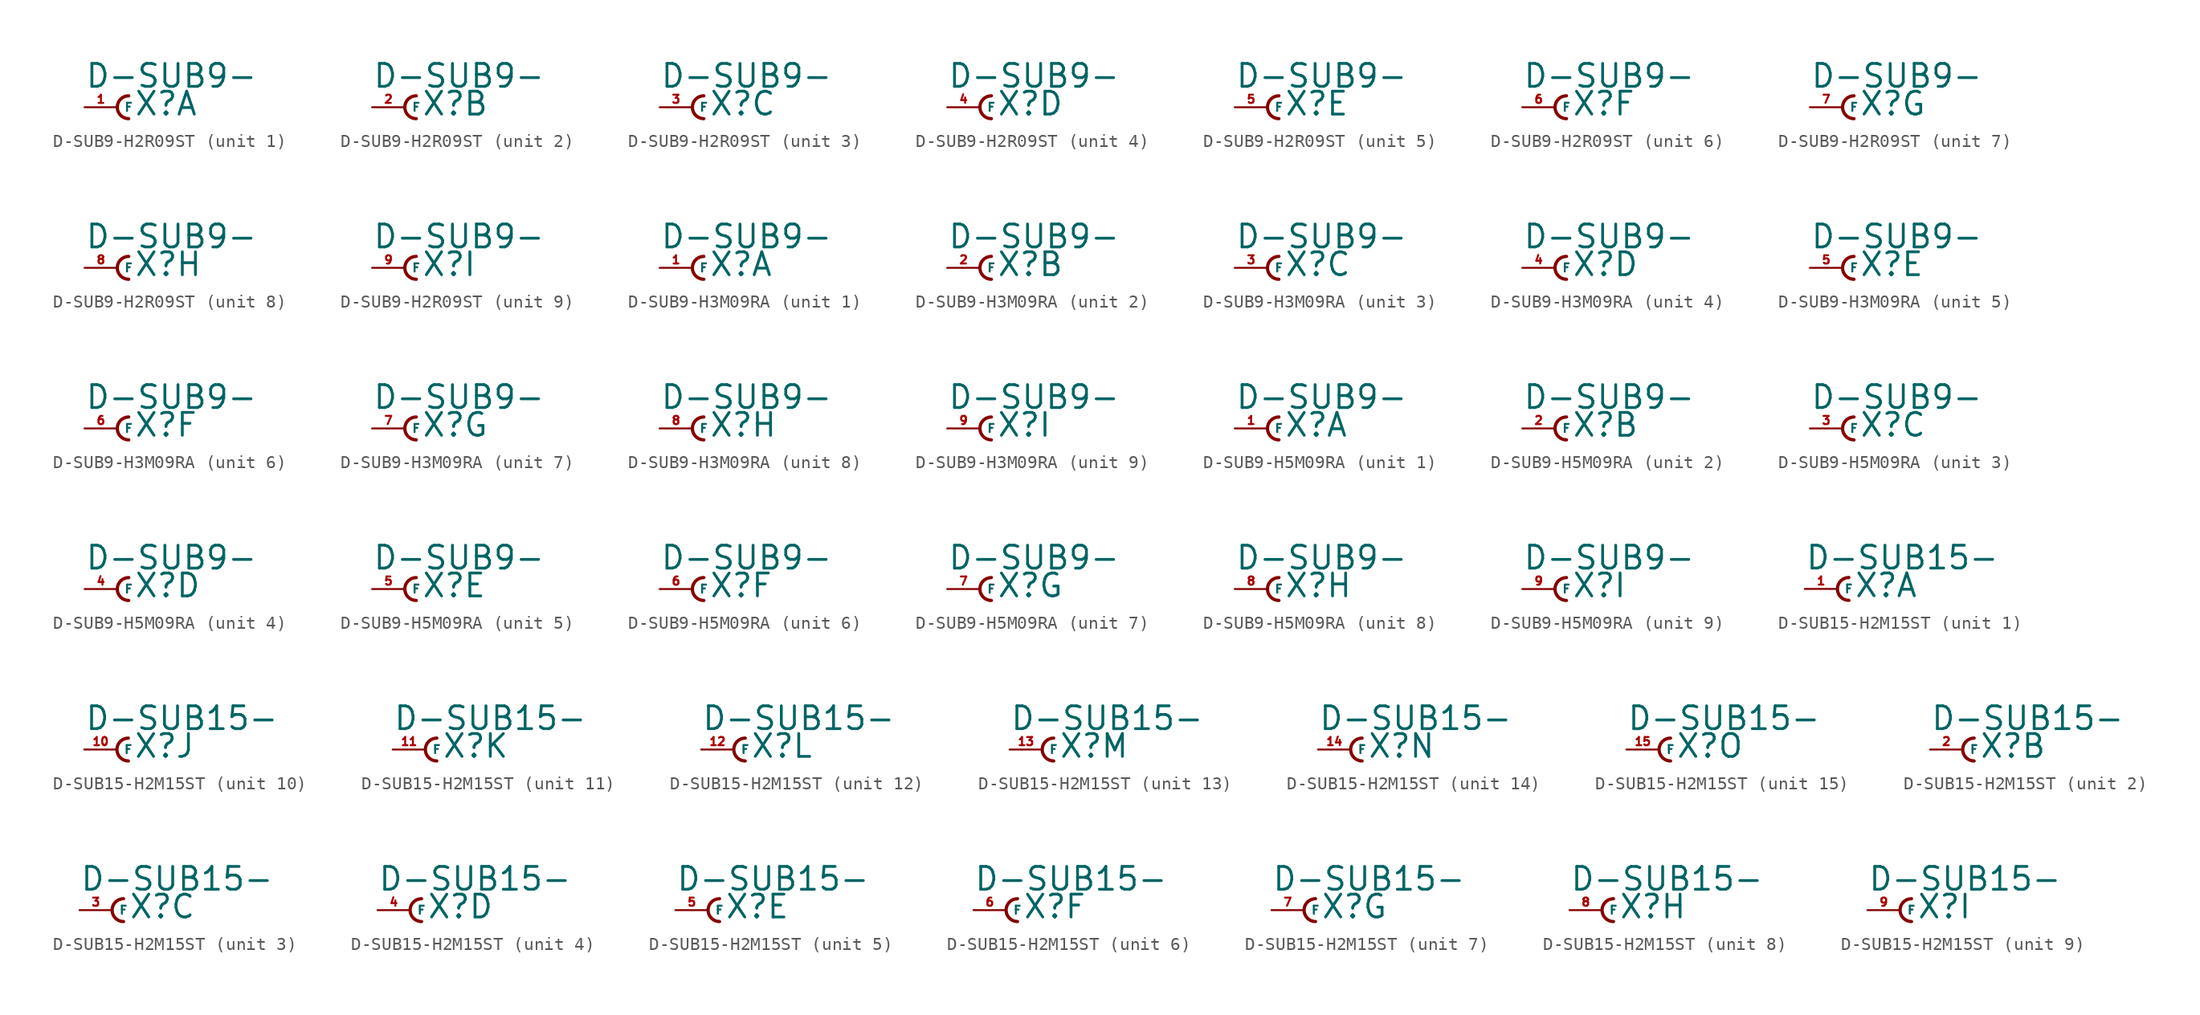
<source format=kicad_sym>
(kicad_symbol_lib
  (version 20220914)
  (generator Eagle2Kicad)
  (symbol "D-SUB9-H2R09ST"
    (property "Reference" "X"
      (at 1.27 -0.762 0)
      (effects (font (size 1.778 1.778) (thickness 0.22)) (justify left bottom)))
    (property "Value" "D-SUB9-"
      (at -2.54 1.397 0)
      (effects (font (size 1.778 1.778) (thickness 0.22)) (justify left bottom)))
    (symbol "D-SUB9-H2R09ST_1_0"
      (arc (start 0.889 0.889) (mid 0.000 0.000) (end 0.889 -0.889) (stroke (width 0.254) (type default)) (fill (type none)))
      (pin passive line (at -2.54 0 0) (length 2.54) (name "F" (effects (font (size 0.635 0.635) (thickness 0.08)) (justify left bottom))) (number "1" (effects (font (size 0.635 0.635) (thickness 0.08)) (justify left bottom)))))
    (symbol "D-SUB9-H2R09ST_2_0"
      (arc (start 0.889 0.889) (mid 0.000 0.000) (end 0.889 -0.889) (stroke (width 0.254) (type default)) (fill (type none)))
      (pin passive line (at -2.54 0 0) (length 2.54) (name "F" (effects (font (size 0.635 0.635) (thickness 0.08)) (justify left bottom))) (number "2" (effects (font (size 0.635 0.635) (thickness 0.08)) (justify left bottom)))))
    (symbol "D-SUB9-H2R09ST_3_0"
      (arc (start 0.889 0.889) (mid 0.000 0.000) (end 0.889 -0.889) (stroke (width 0.254) (type default)) (fill (type none)))
      (pin passive line (at -2.54 0 0) (length 2.54) (name "F" (effects (font (size 0.635 0.635) (thickness 0.08)) (justify left bottom))) (number "3" (effects (font (size 0.635 0.635) (thickness 0.08)) (justify left bottom)))))
    (symbol "D-SUB9-H2R09ST_4_0"
      (arc (start 0.889 0.889) (mid 0.000 0.000) (end 0.889 -0.889) (stroke (width 0.254) (type default)) (fill (type none)))
      (pin passive line (at -2.54 0 0) (length 2.54) (name "F" (effects (font (size 0.635 0.635) (thickness 0.08)) (justify left bottom))) (number "4" (effects (font (size 0.635 0.635) (thickness 0.08)) (justify left bottom)))))
    (symbol "D-SUB9-H2R09ST_5_0"
      (arc (start 0.889 0.889) (mid 0.000 0.000) (end 0.889 -0.889) (stroke (width 0.254) (type default)) (fill (type none)))
      (pin passive line (at -2.54 0 0) (length 2.54) (name "F" (effects (font (size 0.635 0.635) (thickness 0.08)) (justify left bottom))) (number "5" (effects (font (size 0.635 0.635) (thickness 0.08)) (justify left bottom)))))
    (symbol "D-SUB9-H2R09ST_6_0"
      (arc (start 0.889 0.889) (mid 0.000 0.000) (end 0.889 -0.889) (stroke (width 0.254) (type default)) (fill (type none)))
      (pin passive line (at -2.54 0 0) (length 2.54) (name "F" (effects (font (size 0.635 0.635) (thickness 0.08)) (justify left bottom))) (number "6" (effects (font (size 0.635 0.635) (thickness 0.08)) (justify left bottom)))))
    (symbol "D-SUB9-H2R09ST_7_0"
      (arc (start 0.889 0.889) (mid 0.000 0.000) (end 0.889 -0.889) (stroke (width 0.254) (type default)) (fill (type none)))
      (pin passive line (at -2.54 0 0) (length 2.54) (name "F" (effects (font (size 0.635 0.635) (thickness 0.08)) (justify left bottom))) (number "7" (effects (font (size 0.635 0.635) (thickness 0.08)) (justify left bottom)))))
    (symbol "D-SUB9-H2R09ST_8_0"
      (arc (start 0.889 0.889) (mid 0.000 0.000) (end 0.889 -0.889) (stroke (width 0.254) (type default)) (fill (type none)))
      (pin passive line (at -2.54 0 0) (length 2.54) (name "F" (effects (font (size 0.635 0.635) (thickness 0.08)) (justify left bottom))) (number "8" (effects (font (size 0.635 0.635) (thickness 0.08)) (justify left bottom)))))
    (symbol "D-SUB9-H2R09ST_9_0"
      (arc (start 0.889 0.889) (mid 0.000 0.000) (end 0.889 -0.889) (stroke (width 0.254) (type default)) (fill (type none)))
      (pin passive line (at -2.54 0 0) (length 2.54) (name "F" (effects (font (size 0.635 0.635) (thickness 0.08)) (justify left bottom))) (number "9" (effects (font (size 0.635 0.635) (thickness 0.08)) (justify left bottom))))))
  (symbol "D-SUB9-H3M09RA"
    (property "Reference" "X"
      (at 1.27 -0.762 0)
      (effects (font (size 1.778 1.778) (thickness 0.22)) (justify left bottom)))
    (property "Value" "D-SUB9-"
      (at -2.54 1.397 0)
      (effects (font (size 1.778 1.778) (thickness 0.22)) (justify left bottom)))
    (symbol "D-SUB9-H3M09RA_1_0"
      (arc (start 0.889 0.889) (mid 0.000 0.000) (end 0.889 -0.889) (stroke (width 0.254) (type default)) (fill (type none)))
      (pin passive line (at -2.54 0 0) (length 2.54) (name "F" (effects (font (size 0.635 0.635) (thickness 0.08)) (justify left bottom))) (number "1" (effects (font (size 0.635 0.635) (thickness 0.08)) (justify left bottom)))))
    (symbol "D-SUB9-H3M09RA_2_0"
      (arc (start 0.889 0.889) (mid 0.000 0.000) (end 0.889 -0.889) (stroke (width 0.254) (type default)) (fill (type none)))
      (pin passive line (at -2.54 0 0) (length 2.54) (name "F" (effects (font (size 0.635 0.635) (thickness 0.08)) (justify left bottom))) (number "2" (effects (font (size 0.635 0.635) (thickness 0.08)) (justify left bottom)))))
    (symbol "D-SUB9-H3M09RA_3_0"
      (arc (start 0.889 0.889) (mid 0.000 0.000) (end 0.889 -0.889) (stroke (width 0.254) (type default)) (fill (type none)))
      (pin passive line (at -2.54 0 0) (length 2.54) (name "F" (effects (font (size 0.635 0.635) (thickness 0.08)) (justify left bottom))) (number "3" (effects (font (size 0.635 0.635) (thickness 0.08)) (justify left bottom)))))
    (symbol "D-SUB9-H3M09RA_4_0"
      (arc (start 0.889 0.889) (mid 0.000 0.000) (end 0.889 -0.889) (stroke (width 0.254) (type default)) (fill (type none)))
      (pin passive line (at -2.54 0 0) (length 2.54) (name "F" (effects (font (size 0.635 0.635) (thickness 0.08)) (justify left bottom))) (number "4" (effects (font (size 0.635 0.635) (thickness 0.08)) (justify left bottom)))))
    (symbol "D-SUB9-H3M09RA_5_0"
      (arc (start 0.889 0.889) (mid 0.000 0.000) (end 0.889 -0.889) (stroke (width 0.254) (type default)) (fill (type none)))
      (pin passive line (at -2.54 0 0) (length 2.54) (name "F" (effects (font (size 0.635 0.635) (thickness 0.08)) (justify left bottom))) (number "5" (effects (font (size 0.635 0.635) (thickness 0.08)) (justify left bottom)))))
    (symbol "D-SUB9-H3M09RA_6_0"
      (arc (start 0.889 0.889) (mid 0.000 0.000) (end 0.889 -0.889) (stroke (width 0.254) (type default)) (fill (type none)))
      (pin passive line (at -2.54 0 0) (length 2.54) (name "F" (effects (font (size 0.635 0.635) (thickness 0.08)) (justify left bottom))) (number "6" (effects (font (size 0.635 0.635) (thickness 0.08)) (justify left bottom)))))
    (symbol "D-SUB9-H3M09RA_7_0"
      (arc (start 0.889 0.889) (mid 0.000 0.000) (end 0.889 -0.889) (stroke (width 0.254) (type default)) (fill (type none)))
      (pin passive line (at -2.54 0 0) (length 2.54) (name "F" (effects (font (size 0.635 0.635) (thickness 0.08)) (justify left bottom))) (number "7" (effects (font (size 0.635 0.635) (thickness 0.08)) (justify left bottom)))))
    (symbol "D-SUB9-H3M09RA_8_0"
      (arc (start 0.889 0.889) (mid 0.000 0.000) (end 0.889 -0.889) (stroke (width 0.254) (type default)) (fill (type none)))
      (pin passive line (at -2.54 0 0) (length 2.54) (name "F" (effects (font (size 0.635 0.635) (thickness 0.08)) (justify left bottom))) (number "8" (effects (font (size 0.635 0.635) (thickness 0.08)) (justify left bottom)))))
    (symbol "D-SUB9-H3M09RA_9_0"
      (arc (start 0.889 0.889) (mid 0.000 0.000) (end 0.889 -0.889) (stroke (width 0.254) (type default)) (fill (type none)))
      (pin passive line (at -2.54 0 0) (length 2.54) (name "F" (effects (font (size 0.635 0.635) (thickness 0.08)) (justify left bottom))) (number "9" (effects (font (size 0.635 0.635) (thickness 0.08)) (justify left bottom))))))
  (symbol "D-SUB9-H5M09RA"
    (property "Reference" "X"
      (at 1.27 -0.762 0)
      (effects (font (size 1.778 1.778) (thickness 0.22)) (justify left bottom)))
    (property "Value" "D-SUB9-"
      (at -2.54 1.397 0)
      (effects (font (size 1.778 1.778) (thickness 0.22)) (justify left bottom)))
    (symbol "D-SUB9-H5M09RA_1_0"
      (arc (start 0.889 0.889) (mid 0.000 0.000) (end 0.889 -0.889) (stroke (width 0.254) (type default)) (fill (type none)))
      (pin passive line (at -2.54 0 0) (length 2.54) (name "F" (effects (font (size 0.635 0.635) (thickness 0.08)) (justify left bottom))) (number "1" (effects (font (size 0.635 0.635) (thickness 0.08)) (justify left bottom)))))
    (symbol "D-SUB9-H5M09RA_2_0"
      (arc (start 0.889 0.889) (mid 0.000 0.000) (end 0.889 -0.889) (stroke (width 0.254) (type default)) (fill (type none)))
      (pin passive line (at -2.54 0 0) (length 2.54) (name "F" (effects (font (size 0.635 0.635) (thickness 0.08)) (justify left bottom))) (number "2" (effects (font (size 0.635 0.635) (thickness 0.08)) (justify left bottom)))))
    (symbol "D-SUB9-H5M09RA_3_0"
      (arc (start 0.889 0.889) (mid 0.000 0.000) (end 0.889 -0.889) (stroke (width 0.254) (type default)) (fill (type none)))
      (pin passive line (at -2.54 0 0) (length 2.54) (name "F" (effects (font (size 0.635 0.635) (thickness 0.08)) (justify left bottom))) (number "3" (effects (font (size 0.635 0.635) (thickness 0.08)) (justify left bottom)))))
    (symbol "D-SUB9-H5M09RA_4_0"
      (arc (start 0.889 0.889) (mid 0.000 0.000) (end 0.889 -0.889) (stroke (width 0.254) (type default)) (fill (type none)))
      (pin passive line (at -2.54 0 0) (length 2.54) (name "F" (effects (font (size 0.635 0.635) (thickness 0.08)) (justify left bottom))) (number "4" (effects (font (size 0.635 0.635) (thickness 0.08)) (justify left bottom)))))
    (symbol "D-SUB9-H5M09RA_5_0"
      (arc (start 0.889 0.889) (mid 0.000 0.000) (end 0.889 -0.889) (stroke (width 0.254) (type default)) (fill (type none)))
      (pin passive line (at -2.54 0 0) (length 2.54) (name "F" (effects (font (size 0.635 0.635) (thickness 0.08)) (justify left bottom))) (number "5" (effects (font (size 0.635 0.635) (thickness 0.08)) (justify left bottom)))))
    (symbol "D-SUB9-H5M09RA_6_0"
      (arc (start 0.889 0.889) (mid 0.000 0.000) (end 0.889 -0.889) (stroke (width 0.254) (type default)) (fill (type none)))
      (pin passive line (at -2.54 0 0) (length 2.54) (name "F" (effects (font (size 0.635 0.635) (thickness 0.08)) (justify left bottom))) (number "6" (effects (font (size 0.635 0.635) (thickness 0.08)) (justify left bottom)))))
    (symbol "D-SUB9-H5M09RA_7_0"
      (arc (start 0.889 0.889) (mid 0.000 0.000) (end 0.889 -0.889) (stroke (width 0.254) (type default)) (fill (type none)))
      (pin passive line (at -2.54 0 0) (length 2.54) (name "F" (effects (font (size 0.635 0.635) (thickness 0.08)) (justify left bottom))) (number "7" (effects (font (size 0.635 0.635) (thickness 0.08)) (justify left bottom)))))
    (symbol "D-SUB9-H5M09RA_8_0"
      (arc (start 0.889 0.889) (mid 0.000 0.000) (end 0.889 -0.889) (stroke (width 0.254) (type default)) (fill (type none)))
      (pin passive line (at -2.54 0 0) (length 2.54) (name "F" (effects (font (size 0.635 0.635) (thickness 0.08)) (justify left bottom))) (number "8" (effects (font (size 0.635 0.635) (thickness 0.08)) (justify left bottom)))))
    (symbol "D-SUB9-H5M09RA_9_0"
      (arc (start 0.889 0.889) (mid 0.000 0.000) (end 0.889 -0.889) (stroke (width 0.254) (type default)) (fill (type none)))
      (pin passive line (at -2.54 0 0) (length 2.54) (name "F" (effects (font (size 0.635 0.635) (thickness 0.08)) (justify left bottom))) (number "9" (effects (font (size 0.635 0.635) (thickness 0.08)) (justify left bottom))))))
  (symbol "D-SUB15-H2M15ST"
    (property "Reference" "X"
      (at 1.27 -0.762 0)
      (effects (font (size 1.778 1.778) (thickness 0.22)) (justify left bottom)))
    (property "Value" "D-SUB15-"
      (at -2.54 1.397 0)
      (effects (font (size 1.778 1.778) (thickness 0.22)) (justify left bottom)))
    (symbol "D-SUB15-H2M15ST_1_0"
      (arc (start 0.889 0.889) (mid 0.000 0.000) (end 0.889 -0.889) (stroke (width 0.254) (type default)) (fill (type none)))
      (pin passive line (at -2.54 0 0) (length 2.54) (name "F" (effects (font (size 0.635 0.635) (thickness 0.08)) (justify left bottom))) (number "1" (effects (font (size 0.635 0.635) (thickness 0.08)) (justify left bottom)))))
    (symbol "D-SUB15-H2M15ST_2_0"
      (arc (start 0.889 0.889) (mid 0.000 0.000) (end 0.889 -0.889) (stroke (width 0.254) (type default)) (fill (type none)))
      (pin passive line (at -2.54 0 0) (length 2.54) (name "F" (effects (font (size 0.635 0.635) (thickness 0.08)) (justify left bottom))) (number "2" (effects (font (size 0.635 0.635) (thickness 0.08)) (justify left bottom)))))
    (symbol "D-SUB15-H2M15ST_3_0"
      (arc (start 0.889 0.889) (mid 0.000 0.000) (end 0.889 -0.889) (stroke (width 0.254) (type default)) (fill (type none)))
      (pin passive line (at -2.54 0 0) (length 2.54) (name "F" (effects (font (size 0.635 0.635) (thickness 0.08)) (justify left bottom))) (number "3" (effects (font (size 0.635 0.635) (thickness 0.08)) (justify left bottom)))))
    (symbol "D-SUB15-H2M15ST_4_0"
      (arc (start 0.889 0.889) (mid 0.000 0.000) (end 0.889 -0.889) (stroke (width 0.254) (type default)) (fill (type none)))
      (pin passive line (at -2.54 0 0) (length 2.54) (name "F" (effects (font (size 0.635 0.635) (thickness 0.08)) (justify left bottom))) (number "4" (effects (font (size 0.635 0.635) (thickness 0.08)) (justify left bottom)))))
    (symbol "D-SUB15-H2M15ST_5_0"
      (arc (start 0.889 0.889) (mid 0.000 0.000) (end 0.889 -0.889) (stroke (width 0.254) (type default)) (fill (type none)))
      (pin passive line (at -2.54 0 0) (length 2.54) (name "F" (effects (font (size 0.635 0.635) (thickness 0.08)) (justify left bottom))) (number "5" (effects (font (size 0.635 0.635) (thickness 0.08)) (justify left bottom)))))
    (symbol "D-SUB15-H2M15ST_6_0"
      (arc (start 0.889 0.889) (mid 0.000 0.000) (end 0.889 -0.889) (stroke (width 0.254) (type default)) (fill (type none)))
      (pin passive line (at -2.54 0 0) (length 2.54) (name "F" (effects (font (size 0.635 0.635) (thickness 0.08)) (justify left bottom))) (number "6" (effects (font (size 0.635 0.635) (thickness 0.08)) (justify left bottom)))))
    (symbol "D-SUB15-H2M15ST_7_0"
      (arc (start 0.889 0.889) (mid 0.000 0.000) (end 0.889 -0.889) (stroke (width 0.254) (type default)) (fill (type none)))
      (pin passive line (at -2.54 0 0) (length 2.54) (name "F" (effects (font (size 0.635 0.635) (thickness 0.08)) (justify left bottom))) (number "7" (effects (font (size 0.635 0.635) (thickness 0.08)) (justify left bottom)))))
    (symbol "D-SUB15-H2M15ST_8_0"
      (arc (start 0.889 0.889) (mid 0.000 0.000) (end 0.889 -0.889) (stroke (width 0.254) (type default)) (fill (type none)))
      (pin passive line (at -2.54 0 0) (length 2.54) (name "F" (effects (font (size 0.635 0.635) (thickness 0.08)) (justify left bottom))) (number "8" (effects (font (size 0.635 0.635) (thickness 0.08)) (justify left bottom)))))
    (symbol "D-SUB15-H2M15ST_9_0"
      (arc (start 0.889 0.889) (mid 0.000 0.000) (end 0.889 -0.889) (stroke (width 0.254) (type default)) (fill (type none)))
      (pin passive line (at -2.54 0 0) (length 2.54) (name "F" (effects (font (size 0.635 0.635) (thickness 0.08)) (justify left bottom))) (number "9" (effects (font (size 0.635 0.635) (thickness 0.08)) (justify left bottom)))))
    (symbol "D-SUB15-H2M15ST_10_0"
      (arc (start 0.889 0.889) (mid 0.000 0.000) (end 0.889 -0.889) (stroke (width 0.254) (type default)) (fill (type none)))
      (pin passive line (at -2.54 0 0) (length 2.54) (name "F" (effects (font (size 0.635 0.635) (thickness 0.08)) (justify left bottom))) (number "10" (effects (font (size 0.635 0.635) (thickness 0.08)) (justify left bottom)))))
    (symbol "D-SUB15-H2M15ST_11_0"
      (arc (start 0.889 0.889) (mid 0.000 0.000) (end 0.889 -0.889) (stroke (width 0.254) (type default)) (fill (type none)))
      (pin passive line (at -2.54 0 0) (length 2.54) (name "F" (effects (font (size 0.635 0.635) (thickness 0.08)) (justify left bottom))) (number "11" (effects (font (size 0.635 0.635) (thickness 0.08)) (justify left bottom)))))
    (symbol "D-SUB15-H2M15ST_12_0"
      (arc (start 0.889 0.889) (mid 0.000 0.000) (end 0.889 -0.889) (stroke (width 0.254) (type default)) (fill (type none)))
      (pin passive line (at -2.54 0 0) (length 2.54) (name "F" (effects (font (size 0.635 0.635) (thickness 0.08)) (justify left bottom))) (number "12" (effects (font (size 0.635 0.635) (thickness 0.08)) (justify left bottom)))))
    (symbol "D-SUB15-H2M15ST_13_0"
      (arc (start 0.889 0.889) (mid 0.000 0.000) (end 0.889 -0.889) (stroke (width 0.254) (type default)) (fill (type none)))
      (pin passive line (at -2.54 0 0) (length 2.54) (name "F" (effects (font (size 0.635 0.635) (thickness 0.08)) (justify left bottom))) (number "13" (effects (font (size 0.635 0.635) (thickness 0.08)) (justify left bottom)))))
    (symbol "D-SUB15-H2M15ST_14_0"
      (arc (start 0.889 0.889) (mid 0.000 0.000) (end 0.889 -0.889) (stroke (width 0.254) (type default)) (fill (type none)))
      (pin passive line (at -2.54 0 0) (length 2.54) (name "F" (effects (font (size 0.635 0.635) (thickness 0.08)) (justify left bottom))) (number "14" (effects (font (size 0.635 0.635) (thickness 0.08)) (justify left bottom)))))
    (symbol "D-SUB15-H2M15ST_15_0"
      (arc (start 0.889 0.889) (mid 0.000 0.000) (end 0.889 -0.889) (stroke (width 0.254) (type default)) (fill (type none)))
      (pin passive line (at -2.54 0 0) (length 2.54) (name "F" (effects (font (size 0.635 0.635) (thickness 0.08)) (justify left bottom))) (number "15" (effects (font (size 0.635 0.635) (thickness 0.08)) (justify left bottom)))))))
</source>
